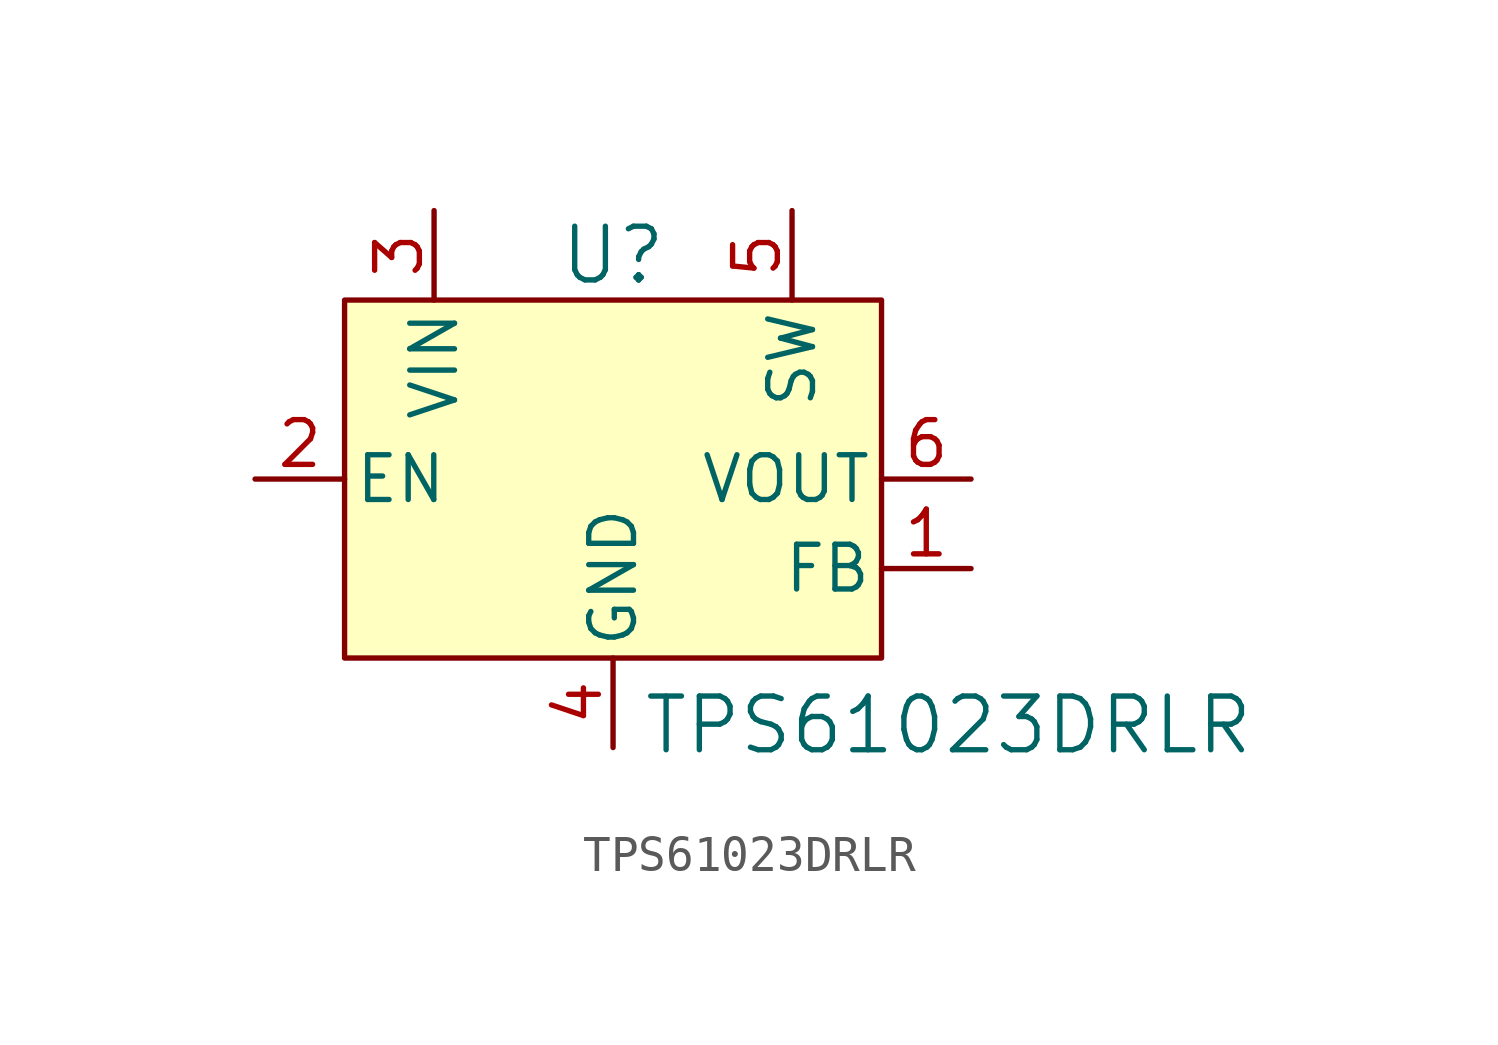
<source format=kicad_sym>
(kicad_symbol_lib
  (version 20220914)
  (generator kicad_symbol_editor)
  (symbol "TPS61023DRLR"
    (pin_names
      (offset 0.254))
    (property "Reference" "U"
      (at 0 6.35 0)
      (effects (font (size 1.524 1.524))))
    (property "Value" "TPS61023DRLR"
      (at 9.525 -6.985 0)
      (effects (font (size 1.524 1.524))))
    (symbol "TPS61023DRLR_1_1"
      (rectangle (start -7.62 5.08) (end 7.62 -5.08) (stroke (width 0) (type default)) (fill (type background)))
      (pin input line (at 10.16 -2.54 180) (length 2.54) (name "FB" (effects (font (size 1.27 1.27)))) (number "1" (effects (font (size 1.27 1.27)))))
      (pin input line (at -10.16 0 0) (length 2.54) (name "EN" (effects (font (size 1.27 1.27)))) (number "2" (effects (font (size 1.27 1.27)))))
      (pin power_in line (at -5.08 7.62 270) (length 2.54) (name "VIN" (effects (font (size 1.27 1.27)))) (number "3" (effects (font (size 1.27 1.27)))))
      (pin power_in line (at 0 -7.62 90) (length 2.54) (name "GND" (effects (font (size 1.27 1.27)))) (number "4" (effects (font (size 1.27 1.27)))))
      (pin input line (at 5.08 7.62 270) (length 2.54) (name "SW" (effects (font (size 1.27 1.27)))) (number "5" (effects (font (size 1.27 1.27)))))
      (pin power_out line (at 10.16 0 180) (length 2.54) (name "VOUT" (effects (font (size 1.27 1.27)))) (number "6" (effects (font (size 1.27 1.27))))))))
</source>
